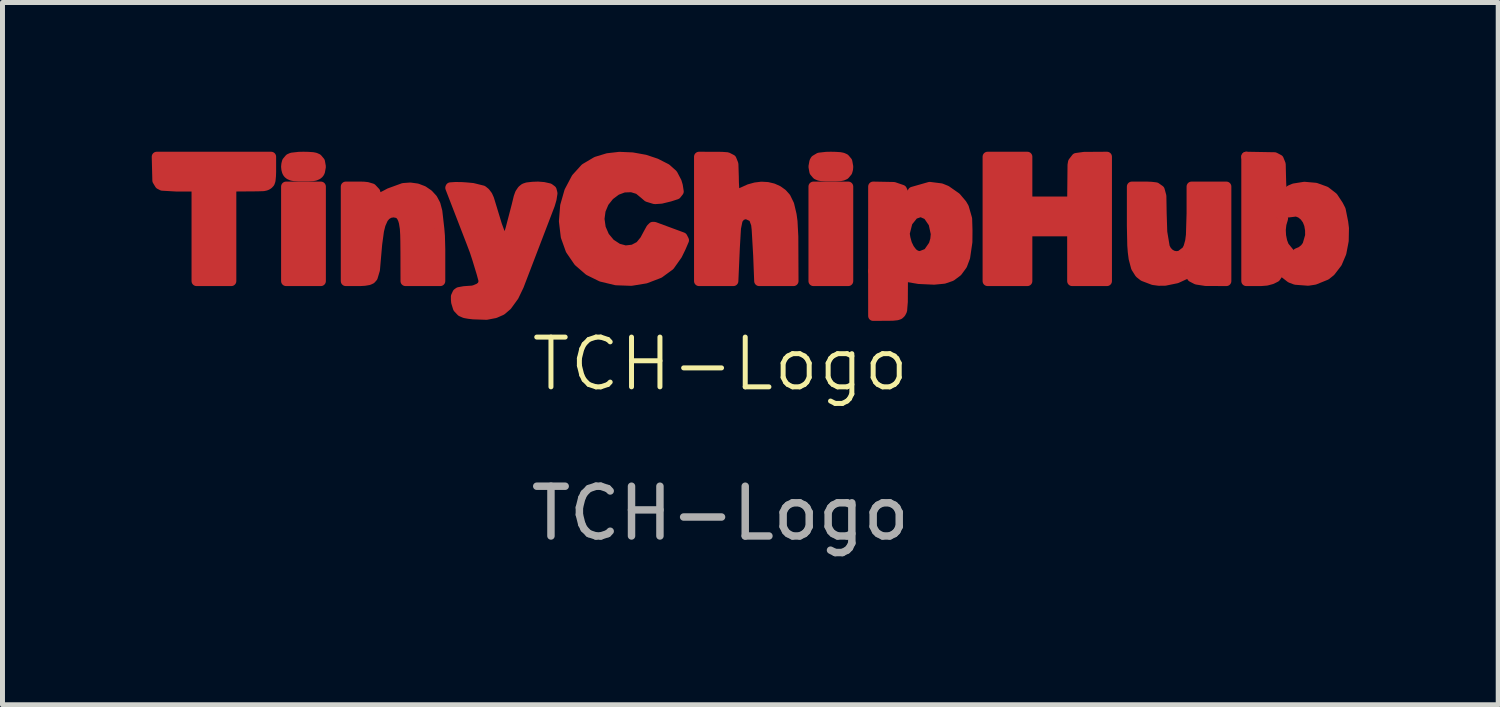
<source format=kicad_pcb>
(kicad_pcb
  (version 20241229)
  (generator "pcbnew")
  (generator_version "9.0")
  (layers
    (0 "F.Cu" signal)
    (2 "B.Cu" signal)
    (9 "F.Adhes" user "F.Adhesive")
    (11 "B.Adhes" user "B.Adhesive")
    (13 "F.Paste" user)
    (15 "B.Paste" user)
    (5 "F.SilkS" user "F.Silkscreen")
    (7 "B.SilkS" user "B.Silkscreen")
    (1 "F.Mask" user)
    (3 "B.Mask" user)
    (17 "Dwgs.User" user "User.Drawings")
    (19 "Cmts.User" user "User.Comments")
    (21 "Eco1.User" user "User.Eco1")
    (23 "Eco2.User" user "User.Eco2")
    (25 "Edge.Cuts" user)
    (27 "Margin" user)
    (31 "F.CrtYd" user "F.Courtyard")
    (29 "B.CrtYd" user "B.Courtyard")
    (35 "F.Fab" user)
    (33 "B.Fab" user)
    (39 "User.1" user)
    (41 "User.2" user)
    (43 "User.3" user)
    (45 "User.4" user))
  (footprint "TCH-Logo"
    (layer "F.Cu")
    (at 11.419 1.778)
    (property "Reference" "TCH-Logo" (at 0.01 2.49 0) (unlocked yes) (layer "F.SilkS") (effects (font (size 1 1) (thickness 0.1))))
    (attr smd)
    (fp_line (start -11.319 -1.678) (end -11.319 -1.378) (stroke (width 0.02) (type default)) (layer "F.Cu"))
    (fp_line (start -11.319 -1.378) (end -11.319 -1.378) (stroke (width 0.02) (type default)) (layer "F.Cu"))
    (fp_line (start -11.151 -1.085) (end -10.919 -1.078) (stroke (width 0.02) (type default)) (layer "F.Cu"))
    (fp_line (start -10.919 -1.078) (end -10.519 -1.078) (stroke (width 0.02) (type default)) (layer "F.Cu"))
    (fp_line (start -10.519 -1.078) (end -10.519 -0.128) (stroke (width 0.02) (type default)) (layer "F.Cu"))
    (fp_line (start -10.519 -0.128) (end -10.519 0.822) (stroke (width 0.02) (type default)) (layer "F.Cu"))
    (fp_line (start -10.519 0.822) (end -10.169 0.822) (stroke (width 0.02) (type default)) (layer "F.Cu"))
    (fp_line (start -10.169 -1.678) (end -11.319 -1.678) (stroke (width 0.02) (type default)) (layer "F.Cu"))
    (fp_line (start -10.169 0.822) (end -9.819 0.822) (stroke (width 0.02) (type default)) (layer "F.Cu"))
    (fp_line (start -9.819 -1.078) (end -9.419 -1.078) (stroke (width 0.02) (type default)) (layer "F.Cu"))
    (fp_line (start -9.819 -0.128) (end -9.819 -1.078) (stroke (width 0.02) (type default)) (layer "F.Cu"))
    (fp_line (start -9.819 0.822) (end -9.819 -0.128) (stroke (width 0.02) (type default)) (layer "F.Cu"))
    (fp_line (start -9.419 -1.078) (end -9.175 -1.086) (stroke (width 0.02) (type default)) (layer "F.Cu"))
    (fp_line (start -9.019 -1.678) (end -10.169 -1.678) (stroke (width 0.02) (type default)) (layer "F.Cu"))
    (fp_line (start -9.019 -1.378) (end -9.019 -1.678) (stroke (width 0.02) (type default)) (layer "F.Cu"))
    (fp_line (start -8.719 -1.078) (end -8.719 -0.128) (stroke (width 0.02) (type default)) (layer "F.Cu"))
    (fp_line (start -8.719 -0.128) (end -8.719 0.822) (stroke (width 0.02) (type default)) (layer "F.Cu"))
    (fp_line (start -8.719 0.822) (end -8.369 0.822) (stroke (width 0.02) (type default)) (layer "F.Cu"))
    (fp_line (start -8.369 -1.078) (end -8.719 -1.078) (stroke (width 0.02) (type default)) (layer "F.Cu"))
    (fp_line (start -8.369 0.822) (end -8.019 0.822) (stroke (width 0.02) (type default)) (layer "F.Cu"))
    (fp_line (start -8.019 -1.078) (end -8.369 -1.078) (stroke (width 0.02) (type default)) (layer "F.Cu"))
    (fp_line (start -8.019 -0.128) (end -8.019 -1.078) (stroke (width 0.02) (type default)) (layer "F.Cu"))
    (fp_line (start -8.019 0.822) (end -8.019 -0.128) (stroke (width 0.02) (type default)) (layer "F.Cu"))
    (fp_line (start -7.519 -1.078) (end -7.519 -0.128) (stroke (width 0.02) (type default)) (layer "F.Cu"))
    (fp_line (start -7.519 -0.128) (end -7.519 0.822) (stroke (width 0.02) (type default)) (layer "F.Cu"))
    (fp_line (start -7.519 0.822) (end -7.231 0.822) (stroke (width 0.02) (type default)) (layer "F.Cu"))
    (fp_line (start -7.219 -1.078) (end -7.519 -1.078) (stroke (width 0.02) (type default)) (layer "F.Cu"))
    (fp_line (start -6.932 0.594) (end -6.887 0.078) (stroke (width 0.02) (type default)) (layer "F.Cu"))
    (fp_line (start -6.638 -0.948) (end -6.795 -0.863) (stroke (width 0.02) (type default)) (layer "F.Cu"))
    (fp_line (start -6.325 -0.107) (end -6.319 0.169) (stroke (width 0.02) (type default)) (layer "F.Cu"))
    (fp_line (start -6.319 0.169) (end -6.319 0.822) (stroke (width 0.02) (type default)) (layer "F.Cu"))
    (fp_line (start -6.319 0.822) (end -5.969 0.822) (stroke (width 0.02) (type default)) (layer "F.Cu"))
    (fp_line (start -5.969 0.822) (end -5.619 0.822) (stroke (width 0.02) (type default)) (layer "F.Cu"))
    (fp_line (start -5.647 -0.35) (end -5.678 -0.579) (stroke (width 0.02) (type default)) (layer "F.Cu"))
    (fp_line (start -5.626 -0.086) (end -5.647 -0.35) (stroke (width 0.02) (type default)) (layer "F.Cu"))
    (fp_line (start -5.619 0.179) (end -5.626 -0.086) (stroke (width 0.02) (type default)) (layer "F.Cu"))
    (fp_line (start -5.619 0.822) (end -5.619 0.179) (stroke (width 0.02) (type default)) (layer "F.Cu"))
    (fp_line (start -5.414 -1.026) (end -5.314 -0.768) (stroke (width 0.02) (type default)) (layer "F.Cu"))
    (fp_line (start -5.314 -0.768) (end -5.199 -0.475) (stroke (width 0.02) (type default)) (layer "F.Cu"))
    (fp_line (start -5.311 -1.07) (end -5.406 -1.067) (stroke (width 0.02) (type default)) (layer "F.Cu"))
    (fp_line (start -5.199 -0.475) (end -5.063 -0.135) (stroke (width 0.02) (type default)) (layer "F.Cu"))
    (fp_line (start -5.192 -1.068) (end -5.311 -1.07) (stroke (width 0.02) (type default)) (layer "F.Cu"))
    (fp_line (start -5.11 -1.063) (end -5.192 -1.068) (stroke (width 0.02) (type default)) (layer "F.Cu"))
    (fp_line (start -5.063 -0.135) (end -4.931 0.213) (stroke (width 0.02) (type default)) (layer "F.Cu"))
    (fp_line (start -5.05 1.48) (end -4.864 1.502) (stroke (width 0.02) (type default)) (layer "F.Cu"))
    (fp_line (start -4.931 0.213) (end -4.827 0.529) (stroke (width 0.02) (type default)) (layer "F.Cu"))
    (fp_line (start -4.827 0.529) (end -4.755 0.793) (stroke (width 0.02) (type default)) (layer "F.Cu"))
    (fp_line (start -4.539 -0.503) (end -4.637 -0.825) (stroke (width 0.02) (type default)) (layer "F.Cu"))
    (fp_line (start -4.478 -0.302) (end -4.539 -0.503) (stroke (width 0.02) (type default)) (layer "F.Cu"))
    (fp_line (start -4.415 -0.132) (end -4.478 -0.302) (stroke (width 0.02) (type default)) (layer "F.Cu"))
    (fp_line (start -4.357 -0.002) (end -4.415 -0.132) (stroke (width 0.02) (type default)) (layer "F.Cu"))
    (fp_line (start -4.235 -0.14) (end -4.289 -0.000255) (stroke (width 0.02) (type default)) (layer "F.Cu"))
    (fp_line (start -4.18 -0.317) (end -4.235 -0.14) (stroke (width 0.02) (type default)) (layer "F.Cu"))
    (fp_line (start -4.128 -0.528) (end -4.18 -0.317) (stroke (width 0.02) (type default)) (layer "F.Cu"))
    (fp_line (start -4.045 -0.864) (end -4.128 -0.528) (stroke (width 0.02) (type default)) (layer "F.Cu"))
    (fp_line (start -4.039 0.915) (end -3.773 0.256) (stroke (width 0.02) (type default)) (layer "F.Cu"))
    (fp_line (start -3.773 0.256) (end -3.415 -0.714) (stroke (width 0.02) (type default)) (layer "F.Cu"))
    (fp_line (start -2.886 -1.249) (end -2.886 -1.249) (stroke (width 0.02) (type default)) (layer "F.Cu"))
    (fp_line (start -1.462 -0.091) (end -1.51 -0.001) (stroke (width 0.02) (type default)) (layer "F.Cu"))
    (fp_line (start -1.42 -0.169) (end -1.462 -0.091) (stroke (width 0.02) (type default)) (layer "F.Cu"))
    (fp_line (start -1.384 -0.234) (end -1.42 -0.169) (stroke (width 0.02) (type default)) (layer "F.Cu"))
    (fp_line (start -1.319 -0.269) (end -1.319 -0.269) (stroke (width 0.02) (type default)) (layer "F.Cu"))
    (fp_line (start -1.103 -0.851) (end -0.91 -0.901) (stroke (width 0.02) (type default)) (layer "F.Cu"))
    (fp_line (start -1.033 -0.167) (end -1.319 -0.269) (stroke (width 0.02) (type default)) (layer "F.Cu"))
    (fp_line (start -0.855 0.295) (end -0.808 0.202) (stroke (width 0.02) (type default)) (layer "F.Cu"))
    (fp_line (start -0.808 0.202) (end -0.761 0.101) (stroke (width 0.02) (type default)) (layer "F.Cu"))
    (fp_line (start -0.761 0.101) (end -0.724 0.015) (stroke (width 0.02) (type default)) (layer "F.Cu"))
    (fp_line (start -0.751 -0.059) (end -1.033 -0.167) (stroke (width 0.02) (type default)) (layer "F.Cu"))
    (fp_line (start -0.419 -1.678) (end -0.419 -0.428) (stroke (width 0.02) (type default)) (layer "F.Cu"))
    (fp_line (start -0.419 -0.428) (end -0.419 0.822) (stroke (width 0.02) (type default)) (layer "F.Cu"))
    (fp_line (start -0.419 0.822) (end -0.073 0.822) (stroke (width 0.02) (type default)) (layer "F.Cu"))
    (fp_line (start -0.073 0.822) (end 0.272 0.822) (stroke (width 0.02) (type default)) (layer "F.Cu"))
    (fp_line (start -0.069 -1.678) (end -0.419 -1.678) (stroke (width 0.02) (type default)) (layer "F.Cu"))
    (fp_line (start 0.272 0.822) (end 0.302 0.147) (stroke (width 0.02) (type default)) (layer "F.Cu"))
    (fp_line (start 0.281 -1.274) (end 0.273 -1.529) (stroke (width 0.02) (type default)) (layer "F.Cu"))
    (fp_line (start 0.286 -1.039) (end 0.281 -1.274) (stroke (width 0.02) (type default)) (layer "F.Cu"))
    (fp_line (start 0.302 0.147) (end 0.325 -0.243) (stroke (width 0.02) (type default)) (layer "F.Cu"))
    (fp_line (start 0.739 -0.222) (end 0.761 0.147) (stroke (width 0.02) (type default)) (layer "F.Cu"))
    (fp_line (start 0.761 0.147) (end 0.79 0.822) (stroke (width 0.02) (type default)) (layer "F.Cu"))
    (fp_line (start 0.79 0.822) (end 1.136 0.822) (stroke (width 0.02) (type default)) (layer "F.Cu"))
    (fp_line (start 1.136 0.822) (end 1.481 0.822) (stroke (width 0.02) (type default)) (layer "F.Cu"))
    (fp_line (start 1.481 0.094) (end 1.472 -0.244) (stroke (width 0.02) (type default)) (layer "F.Cu"))
    (fp_line (start 1.481 0.822) (end 1.481 0.094) (stroke (width 0.02) (type default)) (layer "F.Cu"))
    (fp_line (start 1.881 -1.078) (end 1.881 -0.128) (stroke (width 0.02) (type default)) (layer "F.Cu"))
    (fp_line (start 1.881 -0.128) (end 1.881 0.822) (stroke (width 0.02) (type default)) (layer "F.Cu"))
    (fp_line (start 1.881 0.822) (end 2.231 0.822) (stroke (width 0.02) (type default)) (layer "F.Cu"))
    (fp_line (start 2.173 -1.078) (end 1.881 -1.078) (stroke (width 0.02) (type default)) (layer "F.Cu"))
    (fp_line (start 2.173 -1.078) (end 2.231 -1.078) (stroke (width 0.02) (type default)) (layer "F.Cu"))
    (fp_line (start 2.231 0.822) (end 2.581 0.822) (stroke (width 0.02) (type default)) (layer "F.Cu"))
    (fp_line (start 2.581 -1.078) (end 2.231 -1.078) (stroke (width 0.02) (type default)) (layer "F.Cu"))
    (fp_line (start 2.581 -0.128) (end 2.581 -1.078) (stroke (width 0.02) (type default)) (layer "F.Cu"))
    (fp_line (start 2.581 0.822) (end 2.581 -0.128) (stroke (width 0.02) (type default)) (layer "F.Cu"))
    (fp_line (start 3.081 -1.078) (end 3.081 -0.109) (stroke (width 0.02) (type default)) (layer "F.Cu"))
    (fp_line (start 3.081 0.222) (end 3.081 -0.109) (stroke (width 0.02) (type default)) (layer "F.Cu"))
    (fp_line (start 3.081 0.222) (end 3.081 1.522) (stroke (width 0.02) (type default)) (layer "F.Cu"))
    (fp_line (start 3.081 1.522) (end 3.381 1.522) (stroke (width 0.02) (type default)) (layer "F.Cu"))
    (fp_line (start 3.381 -1.078) (end 3.081 -1.078) (stroke (width 0.02) (type default)) (layer "F.Cu"))
    (fp_line (start 3.381 1.522) (end 3.381 1.522) (stroke (width 0.02) (type default)) (layer "F.Cu"))
    (fp_line (start 3.674 1.355) (end 3.681 1.124) (stroke (width 0.02) (type default)) (layer "F.Cu"))
    (fp_line (start 3.681 0.726) (end 4.106 0.783) (stroke (width 0.02) (type default)) (layer "F.Cu"))
    (fp_line (start 3.681 1.124) (end 3.681 0.726) (stroke (width 0.02) (type default)) (layer "F.Cu"))
    (fp_line (start 3.71 -0.109) (end 3.722 -0.159) (stroke (width 0.02) (type default)) (layer "F.Cu"))
    (fp_line (start 3.898 -0.52) (end 3.774 -0.365) (stroke (width 0.02) (type default)) (layer "F.Cu"))
    (fp_line (start 4.106 0.782) (end 4.106 0.783) (stroke (width 0.02) (type default)) (layer "F.Cu"))
    (fp_line (start 4.981 -0.114) (end 4.975 -0.274) (stroke (width 0.02) (type default)) (layer "F.Cu"))
    (fp_line (start 5.381 -1.678) (end 5.381 -0.428) (stroke (width 0.02) (type default)) (layer "F.Cu"))
    (fp_line (start 5.381 -0.428) (end 5.381 0.822) (stroke (width 0.02) (type default)) (layer "F.Cu"))
    (fp_line (start 5.381 0.822) (end 5.781 0.822) (stroke (width 0.02) (type default)) (layer "F.Cu"))
    (fp_line (start 5.781 -1.678) (end 5.381 -1.678) (stroke (width 0.02) (type default)) (layer "F.Cu"))
    (fp_line (start 5.781 0.822) (end 6.181 0.822) (stroke (width 0.02) (type default)) (layer "F.Cu"))
    (fp_line (start 6.181 -1.678) (end 5.781 -1.678) (stroke (width 0.02) (type default)) (layer "F.Cu"))
    (fp_line (start 6.181 -1.228) (end 6.181 -1.678) (stroke (width 0.02) (type default)) (layer "F.Cu"))
    (fp_line (start 6.181 -0.778) (end 6.181 -1.228) (stroke (width 0.02) (type default)) (layer "F.Cu"))
    (fp_line (start 6.181 -0.178) (end 6.631 -0.178) (stroke (width 0.02) (type default)) (layer "F.Cu"))
    (fp_line (start 6.181 0.322) (end 6.181 -0.178) (stroke (width 0.02) (type default)) (layer "F.Cu"))
    (fp_line (start 6.181 0.822) (end 6.181 0.322) (stroke (width 0.02) (type default)) (layer "F.Cu"))
    (fp_line (start 6.631 -0.778) (end 6.181 -0.778) (stroke (width 0.02) (type default)) (layer "F.Cu"))
    (fp_line (start 6.631 -0.178) (end 7.081 -0.178) (stroke (width 0.02) (type default)) (layer "F.Cu"))
    (fp_line (start 7.081 -1.228) (end 7.081 -0.778) (stroke (width 0.02) (type default)) (layer "F.Cu"))
    (fp_line (start 7.081 -0.778) (end 6.631 -0.778) (stroke (width 0.02) (type default)) (layer "F.Cu"))
    (fp_line (start 7.081 -0.178) (end 7.081 0.322) (stroke (width 0.02) (type default)) (layer "F.Cu"))
    (fp_line (start 7.081 0.322) (end 7.081 0.822) (stroke (width 0.02) (type default)) (layer "F.Cu"))
    (fp_line (start 7.081 0.822) (end 7.431 0.822) (stroke (width 0.02) (type default)) (layer "F.Cu"))
    (fp_line (start 7.088 -1.511) (end 7.081 -1.228) (stroke (width 0.02) (type default)) (layer "F.Cu"))
    (fp_line (start 7.431 0.822) (end 7.781 0.822) (stroke (width 0.02) (type default)) (layer "F.Cu"))
    (fp_line (start 7.781 -1.678) (end 7.431 -1.678) (stroke (width 0.02) (type default)) (layer "F.Cu"))
    (fp_line (start 7.781 -0.428) (end 7.781 -1.678) (stroke (width 0.02) (type default)) (layer "F.Cu"))
    (fp_line (start 7.781 0.822) (end 7.781 -0.428) (stroke (width 0.02) (type default)) (layer "F.Cu"))
    (fp_line (start 8.281 -1.078) (end 8.281 -0.285) (stroke (width 0.02) (type default)) (layer "F.Cu"))
    (fp_line (start 8.281 -0.285) (end 8.289 0.103) (stroke (width 0.02) (type default)) (layer "F.Cu"))
    (fp_line (start 8.581 -1.078) (end 8.281 -1.078) (stroke (width 0.02) (type default)) (layer "F.Cu"))
    (fp_line (start 8.881 -0.536) (end 8.875 -0.887) (stroke (width 0.02) (type default)) (layer "F.Cu"))
    (fp_line (start 8.893 -0.162) (end 8.881 -0.536) (stroke (width 0.02) (type default)) (layer "F.Cu"))
    (fp_line (start 9.481 -1.078) (end 9.481 -0.536) (stroke (width 0.02) (type default)) (layer "F.Cu"))
    (fp_line (start 9.481 -0.536) (end 9.468 -0.105) (stroke (width 0.02) (type default)) (layer "F.Cu"))
    (fp_line (start 9.584 0.792) (end 9.584 0.792) (stroke (width 0.02) (type default)) (layer "F.Cu"))
    (fp_line (start 9.831 -1.078) (end 9.481 -1.078) (stroke (width 0.02) (type default)) (layer "F.Cu"))
    (fp_line (start 9.831 0.822) (end 10.181 0.822) (stroke (width 0.02) (type default)) (layer "F.Cu"))
    (fp_line (start 10.181 -1.078) (end 9.831 -1.078) (stroke (width 0.02) (type default)) (layer "F.Cu"))
    (fp_line (start 10.181 -0.128) (end 10.181 -1.078) (stroke (width 0.02) (type default)) (layer "F.Cu"))
    (fp_line (start 10.181 0.822) (end 10.181 -0.128) (stroke (width 0.02) (type default)) (layer "F.Cu"))
    (fp_line (start 10.581 -1.678) (end 10.581 -0.428) (stroke (width 0.02) (type default)) (layer "F.Cu"))
    (fp_line (start 10.581 -0.428) (end 10.581 0.822) (stroke (width 0.02) (type default)) (layer "F.Cu"))
    (fp_line (start 10.581 0.822) (end 10.873 0.822) (stroke (width 0.02) (type default)) (layer "F.Cu"))
    (fp_line (start 10.931 -1.678) (end 10.581 -1.678) (stroke (width 0.02) (type default)) (layer "F.Cu"))
    (fp_line (start 11.281 -1.258) (end 11.274 -1.526) (stroke (width 0.02) (type default)) (layer "F.Cu"))
    (fp_line (start 11.285 -1.059) (end 11.281 -1.258) (stroke (width 0.02) (type default)) (layer "F.Cu"))
    (fp_arc (start -11.306739 -1.200433) (mid -11.315789 -1.289015) (end -11.318806 -1.378007) (stroke (width 0.02) (type default)) (layer "F.Cu"))
    (fp_arc (start -11.260479 -1.121757) (mid -11.291496 -1.156458) (end -11.306739 -1.200433) (stroke (width 0.02) (type default)) (layer "F.Cu"))
    (fp_arc (start -11.151219 -1.085327) (mid -11.208802 -1.09468) (end -11.260479 -1.121757) (stroke (width 0.02) (type default)) (layer "F.Cu"))
    (fp_arc (start -9.077145 -1.121757) (mid -9.123507 -1.096555) (end -9.175144 -1.085681) (stroke (width 0.02) (type default)) (layer "F.Cu"))
    (fp_arc (start -9.030885 -1.200433) (mid -9.046138 -1.156466) (end -9.077145 -1.121757) (stroke (width 0.02) (type default)) (layer "F.Cu"))
    (fp_arc (start -9.018812 -1.378007) (mid -9.021835 -1.289015) (end -9.030885 -1.200433) (stroke (width 0.02) (type default)) (layer "F.Cu"))
    (fp_arc (start -8.718812 -1.478007) (mid -8.714346 -1.528908) (end -8.701083 -1.578253) (stroke (width 0.02) (type default)) (layer "F.Cu"))
    (fp_arc (start -8.701083 -1.578253) (mid -8.680942 -1.613021) (end -8.650062 -1.638721) (stroke (width 0.02) (type default)) (layer "F.Cu"))
    (fp_arc (start -8.701083 -1.377761) (mid -8.714345 -1.427106) (end -8.718812 -1.478007) (stroke (width 0.02) (type default)) (layer "F.Cu"))
    (fp_arc (start -8.650062 -1.638721) (mid -8.602322 -1.659567) (end -8.55124 -1.669789) (stroke (width 0.02) (type default)) (layer "F.Cu"))
    (fp_arc (start -8.650062 -1.317293) (mid -8.680915 -1.343015) (end -8.701083 -1.377761) (stroke (width 0.02) (type default)) (layer "F.Cu"))
    (fp_arc (start -8.55124 -1.669789) (mid -8.460118 -1.67595) (end -8.368812 -1.678007) (stroke (width 0.02) (type default)) (layer "F.Cu"))
    (fp_arc (start -8.55124 -1.286225) (mid -8.602328 -1.296429) (end -8.650062 -1.317293) (stroke (width 0.02) (type default)) (layer "F.Cu"))
    (fp_arc (start -8.368812 -1.678007) (mid -8.277505 -1.675952) (end -8.186384 -1.669789) (stroke (width 0.02) (type default)) (layer "F.Cu"))
    (fp_arc (start -8.368812 -1.278007) (mid -8.460119 -1.280062) (end -8.55124 -1.286225) (stroke (width 0.02) (type default)) (layer "F.Cu"))
    (fp_arc (start -8.186384 -1.669789) (mid -8.135296 -1.659585) (end -8.087562 -1.638721) (stroke (width 0.02) (type default)) (layer "F.Cu"))
    (fp_arc (start -8.186384 -1.286225) (mid -8.277506 -1.280064) (end -8.368812 -1.278007) (stroke (width 0.02) (type default)) (layer "F.Cu"))
    (fp_arc (start -8.087562 -1.63872) (mid -8.056715 -1.612991) (end -8.036559 -1.578246) (stroke (width 0.02) (type default)) (layer "F.Cu"))
    (fp_arc (start -8.087562 -1.317293) (mid -8.135302 -1.296447) (end -8.186384 -1.286225) (stroke (width 0.02) (type default)) (layer "F.Cu"))
    (fp_arc (start -8.036541 -1.578253) (mid -8.023279 -1.528908) (end -8.018812 -1.478007) (stroke (width 0.02) (type default)) (layer "F.Cu"))
    (fp_arc (start -8.036541 -1.377761) (mid -8.056682 -1.342993) (end -8.087562 -1.317293) (stroke (width 0.02) (type default)) (layer "F.Cu"))
    (fp_arc (start -8.018812 -1.478007) (mid -8.023278 -1.427106) (end -8.036541 -1.377761) (stroke (width 0.02) (type default)) (layer "F.Cu"))
    (fp_arc (start -7.218812 -1.078007) (mid -7.15365 -1.075787) (end -7.088791 -1.069137) (stroke (width 0.02) (type default)) (layer "F.Cu"))
    (fp_arc (start -7.088791 -1.069137) (mid -7.040985 -1.058705) (end -6.995412 -1.040895) (stroke (width 0.02) (type default)) (layer "F.Cu"))
    (fp_arc (start -7.058882 0.803196) (mid -7.144344 0.817279) (end -7.230831 0.821993) (stroke (width 0.02) (type default)) (layer "F.Cu"))
    (fp_arc (start -6.995412 -1.040895) (mid -6.964635 -1.021125) (end -6.939401 -0.99464) (stroke (width 0.02) (type default)) (layer "F.Cu"))
    (fp_arc (start -6.975769 0.741) (mid -7.01062 0.78106) (end -7.058882 0.803196) (stroke (width 0.02) (type default)) (layer "F.Cu"))
    (fp_arc (start -6.939401 -0.99464) (mid -6.924109 -0.965312) (end -6.918812 -0.932658) (stroke (width 0.02) (type default)) (layer "F.Cu"))
    (fp_arc (start -6.932146 0.593751) (mid -6.945985 0.669738) (end -6.975769 0.741) (stroke (width 0.02) (type default)) (layer "F.Cu"))
    (fp_arc (start -6.905015 -0.865932) (mid -6.91532 -0.89859) (end -6.918812 -0.932658) (stroke (width 0.02) (type default)) (layer "F.Cu"))
    (fp_arc (start -6.886851 0.078383) (mid -6.870697 -0.057858) (end -6.850499 -0.193558) (stroke (width 0.02) (type default)) (layer "F.Cu"))
    (fp_arc (start -6.867844 -0.84296) (mid -6.890064 -0.848583) (end -6.905015 -0.865932) (stroke (width 0.02) (type default)) (layer "F.Cu"))
    (fp_arc (start -6.850499 -0.193558) (mid -6.81849 -0.319701) (end -6.765415 -0.438528) (stroke (width 0.02) (type default)) (layer "F.Cu"))
    (fp_arc (start -6.79503 -0.862855) (mid -6.830384 -0.849055) (end -6.867844 -0.84296) (stroke (width 0.02) (type default)) (layer "F.Cu"))
    (fp_arc (start -6.765415 -0.438528) (mid -6.712448 -0.503423) (end -6.640143 -0.545718) (stroke (width 0.02) (type default)) (layer "F.Cu"))
    (fp_arc (start -6.640143 -0.545718) (mid -6.557724 -0.559967) (end -6.475534 -0.544424) (stroke (width 0.02) (type default)) (layer "F.Cu"))
    (fp_arc (start -6.638215 -0.94835) (mid -6.504033 -1.010657) (end -6.361141 -1.04898) (stroke (width 0.02) (type default)) (layer "F.Cu"))
    (fp_arc (start -6.475534 -0.544424) (mid -6.43221 -0.518745) (end -6.399823 -0.480177) (stroke (width 0.02) (type default)) (layer "F.Cu"))
    (fp_arc (start -6.399823 -0.480177) (mid -6.371178 -0.421104) (end -6.352113 -0.358282) (stroke (width 0.02) (type default)) (layer "F.Cu"))
    (fp_arc (start -6.361141 -1.04898) (mid -6.222963 -1.058779) (end -6.085774 -1.039587) (stroke (width 0.02) (type default)) (layer "F.Cu"))
    (fp_arc (start -6.352113 -0.358282) (mid -6.331689 -0.233429) (end -6.324857 -0.107101) (stroke (width 0.02) (type default)) (layer "F.Cu"))
    (fp_arc (start -6.085774 -1.039587) (mid -5.965352 -0.994268) (end -5.858588 -0.922458) (stroke (width 0.02) (type default)) (layer "F.Cu"))
    (fp_arc (start -5.858588 -0.922458) (mid -5.774145 -0.829574) (end -5.715275 -0.718704) (stroke (width 0.02) (type default)) (layer "F.Cu"))
    (fp_arc (start -5.715275 -0.718704) (mid -5.693069 -0.649964) (end -5.677944 -0.579326) (stroke (width 0.02) (type default)) (layer "F.Cu"))
    (fp_arc (start -5.418812 -1.053476) (mid -5.415248 -1.062647) (end -5.406406 -1.066963) (stroke (width 0.02) (type default)) (layer "F.Cu"))
    (fp_arc (start -5.413691 -1.025889) (mid -5.417532 -1.039445) (end -5.418812 -1.053476) (stroke (width 0.02) (type default)) (layer "F.Cu"))
    (fp_arc (start -5.305681 1.130813) (mid -5.296994 1.095444) (end -5.276188 1.065548) (stroke (width 0.02) (type default)) (layer "F.Cu"))
    (fp_arc (start -5.300767 1.246993) (mid -5.306098 1.189024) (end -5.305681 1.130813) (stroke (width 0.02) (type default)) (layer "F.Cu"))
    (fp_arc (start -5.276188 1.065548) (mid -5.244406 1.042908) (end -5.207121 1.031406) (stroke (width 0.02) (type default)) (layer "F.Cu"))
    (fp_arc (start -5.264656 1.362709) (mid -5.287389 1.306311) (end -5.300767 1.246993) (stroke (width 0.02) (type default)) (layer "F.Cu"))
    (fp_arc (start -5.207121 1.031406) (mid -5.14004 1.024348) (end -5.072629 1.021993) (stroke (width 0.02) (type default)) (layer "F.Cu"))
    (fp_arc (start -5.197249 1.434561) (mid -5.236201 1.403557) (end -5.264656 1.362709) (stroke (width 0.02) (type default)) (layer "F.Cu"))
    (fp_arc (start -5.110059 -1.0629) (mid -4.969212 -1.049919) (end -4.83009 -1.024393) (stroke (width 0.02) (type default)) (layer "F.Cu"))
    (fp_arc (start -5.049648 1.480265) (mid -5.126056 1.465835) (end -5.197249 1.434561) (stroke (width 0.02) (type default)) (layer "F.Cu"))
    (fp_arc (start -4.969235 1.011822) (mid -5.020683 1.019443) (end -5.072629 1.021993) (stroke (width 0.02) (type default)) (layer "F.Cu"))
    (fp_arc (start -4.873478 0.981706) (mid -4.920537 0.99937) (end -4.969235 1.011822) (stroke (width 0.02) (type default)) (layer "F.Cu"))
    (fp_arc (start -4.83009 -1.024393) (mid -4.767839 -0.999791) (end -4.715606 -0.957925) (stroke (width 0.02) (type default)) (layer "F.Cu"))
    (fp_arc (start -4.798943 0.937397) (mid -4.834843 0.961852) (end -4.873478 0.981706) (stroke (width 0.02) (type default)) (layer "F.Cu"))
    (fp_arc (start -4.759907 0.884846) (mid -4.775823 0.913796) (end -4.798943 0.937397) (stroke (width 0.02) (type default)) (layer "F.Cu"))
    (fp_arc (start -4.754503 0.792503) (mid -4.750033 0.839095) (end -4.759907 0.884846) (stroke (width 0.02) (type default)) (layer "F.Cu"))
    (fp_arc (start -4.715606 -0.957925) (mid -4.669255 -0.895557) (end -4.637037 -0.824846) (stroke (width 0.02) (type default)) (layer "F.Cu"))
    (fp_arc (start -4.520431 1.467474) (mid -4.690737 1.499535) (end -4.864019 1.50173) (stroke (width 0.02) (type default)) (layer "F.Cu"))
    (fp_arc (start -4.321918 0.021993) (mid -4.343124 0.015501) (end -4.357068 -0.001745) (stroke (width 0.02) (type default)) (layer "F.Cu"))
    (fp_arc (start -4.288699 -0.000255) (mid -4.301924 0.015925) (end -4.321918 0.021993) (stroke (width 0.02) (type default)) (layer "F.Cu"))
    (fp_arc (start -4.277424 1.314339) (mid -4.387757 1.408634) (end -4.520431 1.467474) (stroke (width 0.02) (type default)) (layer "F.Cu"))
    (fp_arc (start -4.044982 -0.864046) (mid -4.018331 -0.938804) (end -3.974352 -1.00487) (stroke (width 0.02) (type default)) (layer "F.Cu"))
    (fp_arc (start -4.038913 0.914741) (mid -4.140072 1.125341) (end -4.277424 1.314339) (stroke (width 0.02) (type default)) (layer "F.Cu"))
    (fp_arc (start -3.974352 -1.00487) (mid -3.927357 -1.043039) (end -3.86997 -1.06233) (stroke (width 0.02) (type default)) (layer "F.Cu"))
    (fp_arc (start -3.86997 -1.06233) (mid -3.762721 -1.074083) (end -3.654902 -1.078007) (stroke (width 0.02) (type default)) (layer "F.Cu"))
    (fp_arc (start -3.654902 -1.078007) (mid -3.541871 -1.069459) (end -3.43141 -1.044016) (stroke (width 0.02) (type default)) (layer "F.Cu"))
    (fp_arc (start -3.43141 -1.044016) (mid -3.37988 -1.005558) (end -3.363934 -0.943273) (stroke (width 0.02) (type default)) (layer "F.Cu"))
    (fp_arc (start -3.363934 -0.943273) (mid -3.381955 -0.827134) (end -3.414983 -0.714341) (stroke (width 0.02) (type default)) (layer "F.Cu"))
    (fp_arc (start -3.110424 -0.691824) (mid -3.027038 -0.981879) (end -2.886361 -1.248889) (stroke (width 0.02) (type default)) (layer "F.Cu"))
    (fp_arc (start -3.098108 -0.07272) (mid -3.134913 -0.381662) (end -3.110424 -0.691824) (stroke (width 0.02) (type default)) (layer "F.Cu"))
    (fp_arc (start -2.886361 -1.248888) (mid -2.708177 -1.44512) (end -2.48 -1.58) (stroke (width 0.02) (type default)) (layer "F.Cu"))
    (fp_arc (start -2.840568 0.430247) (mid -3.001688 0.19533) (end -3.098108 -0.07272) (stroke (width 0.02) (type default)) (layer "F.Cu"))
    (fp_arc (start -2.48 -1.58) (mid -2.253321 -1.64882) (end -2.018023 -1.676278) (stroke (width 0.02) (type default)) (layer "F.Cu"))
    (fp_arc (start -2.418812 -0.428007) (mid -2.395581 -0.600902) (end -2.327537 -0.761534) (stroke (width 0.02) (type default)) (layer "F.Cu"))
    (fp_arc (start -2.38149 0.735221) (mid -2.630589 0.612179) (end -2.840568 0.430247) (stroke (width 0.02) (type default)) (layer "F.Cu"))
    (fp_arc (start -2.327537 -0.761534) (mid -2.219294 -0.899197) (end -2.078867 -1.003831) (stroke (width 0.02) (type default)) (layer "F.Cu"))
    (fp_arc (start -2.319411 -0.073816) (mid -2.393495 -0.244069) (end -2.418812 -0.428007) (stroke (width 0.02) (type default)) (layer "F.Cu"))
    (fp_arc (start -2.078867 -1.003831) (mid -1.930688 -1.05854) (end -1.772891 -1.065486) (stroke (width 0.02) (type default)) (layer "F.Cu"))
    (fp_arc (start -2.052169 0.165465) (mid -2.203461 0.065562) (end -2.319411 -0.073816) (stroke (width 0.02) (type default)) (layer "F.Cu"))
    (fp_arc (start -2.018023 -1.676278) (mid -1.759574 -1.665469) (end -1.505042 -1.619354) (stroke (width 0.02) (type default)) (layer "F.Cu"))
    (fp_arc (start -1.781473 0.817286) (mid -2.085501 0.805637) (end -2.38149 0.735221) (stroke (width 0.02) (type default)) (layer "F.Cu"))
    (fp_arc (start -1.772891 -1.065486) (mid -1.632997 -1.021826) (end -1.519614 -0.928974) (stroke (width 0.02) (type default)) (layer "F.Cu"))
    (fp_arc (start -1.740622 0.188459) (mid -1.898503 0.205558) (end -2.052169 0.165465) (stroke (width 0.02) (type default)) (layer "F.Cu"))
    (fp_arc (start -1.509619 -0.001422) (mid -1.605949 0.116842) (end -1.740622 0.188459) (stroke (width 0.02) (type default)) (layer "F.Cu"))
    (fp_arc (start -1.505042 -1.619354) (mid -1.283856 -1.545275) (end -1.076262 -1.438899) (stroke (width 0.02) (type default)) (layer "F.Cu"))
    (fp_arc (start -1.448894 -0.868327) (mid -1.48682 -0.895658) (end -1.519614 -0.928974) (stroke (width 0.02) (type default)) (layer "F.Cu"))
    (fp_arc (start -1.384168 -0.23445) (mid -1.378223 -0.24422) (end -1.371482 -0.253458) (stroke (width 0.02) (type default)) (layer "F.Cu"))
    (fp_arc (start -1.371482 -0.253458) (mid -1.347603 -0.269478) (end -1.318873 -0.26856) (stroke (width 0.02) (type default)) (layer "F.Cu"))
    (fp_arc (start -1.360786 -0.833237) (mid -1.40625 -0.847241) (end -1.448894 -0.868327) (stroke (width 0.02) (type default)) (layer "F.Cu"))
    (fp_arc (start -1.255075 -0.824831) (mid -1.308224 -0.825351) (end -1.360786 -0.833237) (stroke (width 0.02) (type default)) (layer "F.Cu"))
    (fp_arc (start -1.219435 0.665279) (mid -1.492644 0.77016) (end -1.781473 0.817286) (stroke (width 0.02) (type default)) (layer "F.Cu"))
    (fp_arc (start -1.102595 -0.850855) (mid -1.178123 -0.833676) (end -1.255075 -0.824831) (stroke (width 0.02) (type default)) (layer "F.Cu"))
    (fp_arc (start -1.076262 -1.438899) (mid -0.947379 -1.324149) (end -0.866768 -1.171568) (stroke (width 0.02) (type default)) (layer "F.Cu"))
    (fp_arc (start -0.866768 -1.171568) (mid -0.844202 -1.093545) (end -0.825694 -1.014462) (stroke (width 0.02) (type default)) (layer "F.Cu"))
    (fp_arc (start -0.85522 0.295184) (mid -1.007041 0.510037) (end -1.219435 0.665279) (stroke (width 0.02) (type default)) (layer "F.Cu"))
    (fp_arc (start -0.842251 -0.94618) (mid -0.872507 -0.918651) (end -0.90964 -0.901494) (stroke (width 0.02) (type default)) (layer "F.Cu"))
    (fp_arc (start -0.825694 -1.014462) (mid -0.826299 -0.97846) (end -0.842251 -0.94618) (stroke (width 0.02) (type default)) (layer "F.Cu"))
    (fp_arc (start -0.750675 -0.059444) (mid -0.727573 -0.041301) (end -0.718812 -0.013259) (stroke (width 0.02) (type default)) (layer "F.Cu"))
    (fp_arc (start -0.718812 -0.013259) (mid -0.720208 0.00117) (end -0.72429 0.01508) (stroke (width 0.02) (type default)) (layer "F.Cu"))
    (fp_arc (start -0.068812 -1.678007) (mid 0.040193 -1.675516) (end 0.14897 -1.668048) (stroke (width 0.02) (type default)) (layer "F.Cu"))
    (fp_arc (start 0.14897 -1.668048) (mid 0.195976 -1.654387) (end 0.234504 -1.624184) (stroke (width 0.02) (type default)) (layer "F.Cu"))
    (fp_arc (start 0.234504 -1.624184) (mid 0.261729 -1.579819) (end 0.273292 -1.529061) (stroke (width 0.02) (type default)) (layer "F.Cu"))
    (fp_arc (start 0.311758 -0.951106) (mid 0.292373 -0.993397) (end 0.285717 -1.03944) (stroke (width 0.02) (type default)) (layer "F.Cu"))
    (fp_arc (start 0.324606 -0.242514) (mid 0.336689 -0.329842) (end 0.359737 -0.414936) (stroke (width 0.02) (type default)) (layer "F.Cu"))
    (fp_arc (start 0.359737 -0.414936) (mid 0.384956 -0.461437) (end 0.424198 -0.496904) (stroke (width 0.02) (type default)) (layer "F.Cu"))
    (fp_arc (start 0.365554 -0.930683) (mid 0.335289 -0.932041) (end 0.311758 -0.951106) (stroke (width 0.02) (type default)) (layer "F.Cu"))
    (fp_arc (start 0.424198 -0.496904) (mid 0.475479 -0.52007) (end 0.531188 -0.528007) (stroke (width 0.02) (type default)) (layer "F.Cu"))
    (fp_arc (start 0.474614 -0.974489) (mid 0.421283 -0.949601) (end 0.365554 -0.930683) (stroke (width 0.02) (type default)) (layer "F.Cu"))
    (fp_arc (start 0.474614 -0.974489) (mid 0.591796 -1.026685) (end 0.715282 -1.061429) (stroke (width 0.02) (type default)) (layer "F.Cu"))
    (fp_arc (start 0.531188 -0.528007) (mid 0.586898 -0.520075) (end 0.638178 -0.496904) (stroke (width 0.02) (type default)) (layer "F.Cu"))
    (fp_arc (start 0.638178 -0.496904) (mid 0.677403 -0.461423) (end 0.702639 -0.414936) (stroke (width 0.02) (type default)) (layer "F.Cu"))
    (fp_arc (start 0.702639 -0.414936) (mid 0.727651 -0.319751) (end 0.738981 -0.221989) (stroke (width 0.02) (type default)) (layer "F.Cu"))
    (fp_arc (start 0.715282 -1.061429) (mid 0.835921 -1.075576) (end 0.957213 -1.069086) (stroke (width 0.02) (type default)) (layer "F.Cu"))
    (fp_arc (start 0.957213 -1.069086) (mid 1.066672 -1.043178) (end 1.169395 -0.997345) (stroke (width 0.02) (type default)) (layer "F.Cu"))
    (fp_arc (start 1.169395 -0.997345) (mid 1.255383 -0.935292) (end 1.325518 -0.855756) (stroke (width 0.02) (type default)) (layer "F.Cu"))
    (fp_arc (start 1.325518 -0.855756) (mid 1.36588 -0.787405) (end 1.39521 -0.713643) (stroke (width 0.02) (type default)) (layer "F.Cu"))
    (fp_arc (start 1.39521 -0.713643) (mid 1.422729 -0.612736) (end 1.443206 -0.510168) (stroke (width 0.02) (type default)) (layer "F.Cu"))
    (fp_arc (start 1.443206 -0.510168) (mid 1.461234 -0.377714) (end 1.472054 -0.244478) (stroke (width 0.02) (type default)) (layer "F.Cu"))
    (fp_arc (start 1.881188 -1.478007) (mid 1.885654 -1.528908) (end 1.898917 -1.578253) (stroke (width 0.02) (type default)) (layer "F.Cu"))
    (fp_arc (start 1.898917 -1.578253) (mid 1.919058 -1.613021) (end 1.949938 -1.638721) (stroke (width 0.02) (type default)) (layer "F.Cu"))
    (fp_arc (start 1.898918 -1.377761) (mid 1.885656 -1.427106) (end 1.88119 -1.478007) (stroke (width 0.02) (type default)) (layer "F.Cu"))
    (fp_arc (start 1.949938 -1.638721) (mid 1.997678 -1.659567) (end 2.04876 -1.669789) (stroke (width 0.02) (type default)) (layer "F.Cu"))
    (fp_arc (start 1.949938 -1.317293) (mid 1.919085 -1.343015) (end 1.898917 -1.377761) (stroke (width 0.02) (type default)) (layer "F.Cu"))
    (fp_arc (start 2.04876 -1.669789) (mid 2.139882 -1.67595) (end 2.231188 -1.678007) (stroke (width 0.02) (type default)) (layer "F.Cu"))
    (fp_arc (start 2.04876 -1.286225) (mid 1.997672 -1.296429) (end 1.949938 -1.317293) (stroke (width 0.02) (type default)) (layer "F.Cu"))
    (fp_arc (start 2.231188 -1.678007) (mid 2.322495 -1.675952) (end 2.413616 -1.669789) (stroke (width 0.02) (type default)) (layer "F.Cu"))
    (fp_arc (start 2.231188 -1.278007) (mid 2.139881 -1.280062) (end 2.04876 -1.286225) (stroke (width 0.02) (type default)) (layer "F.Cu"))
    (fp_arc (start 2.413616 -1.669789) (mid 2.464704 -1.659585) (end 2.512438 -1.638721) (stroke (width 0.02) (type default)) (layer "F.Cu"))
    (fp_arc (start 2.413616 -1.286225) (mid 2.322494 -1.280064) (end 2.231188 -1.278007) (stroke (width 0.02) (type default)) (layer "F.Cu"))
    (fp_arc (start 2.512438 -1.638721) (mid 2.543291 -1.612999) (end 2.563459 -1.578253) (stroke (width 0.02) (type default)) (layer "F.Cu"))
    (fp_arc (start 2.512438 -1.317293) (mid 2.464698 -1.296447) (end 2.413616 -1.286225) (stroke (width 0.02) (type default)) (layer "F.Cu"))
    (fp_arc (start 2.563459 -1.578253) (mid 2.576721 -1.528908) (end 2.581188 -1.478007) (stroke (width 0.02) (type default)) (layer "F.Cu"))
    (fp_arc (start 2.563459 -1.377761) (mid 2.543318 -1.342993) (end 2.512438 -1.317293) (stroke (width 0.02) (type default)) (layer "F.Cu"))
    (fp_arc (start 2.581188 -1.478007) (mid 2.576722 -1.427106) (end 2.563459 -1.377761) (stroke (width 0.02) (type default)) (layer "F.Cu"))
    (fp_arc (start 3.381188 -1.078007) (mid 3.438771 -1.07612) (end 3.496106 -1.070468) (stroke (width 0.02) (type default)) (layer "F.Cu"))
    (fp_arc (start 3.496106 -1.070468) (mid 3.545162 -1.061479) (end 3.593063 -1.047599) (stroke (width 0.02) (type default)) (layer "F.Cu"))
    (fp_arc (start 3.558646 1.509956) (mid 3.470121 1.518981) (end 3.381188 1.521992) (stroke (width 0.02) (type default)) (layer "F.Cu"))
    (fp_arc (start 3.593063 -1.047599) (mid 3.627628 -1.033096) (end 3.660022 -1.014238) (stroke (width 0.02) (type default)) (layer "F.Cu"))
    (fp_arc (start 3.637348 1.463819) (mid 3.60261 1.494758) (end 3.558646 1.509956) (stroke (width 0.02) (type default)) (layer "F.Cu"))
    (fp_arc (start 3.660022 -1.014238) (mid 3.675562 -0.997005) (end 3.681188 -0.974489) (stroke (width 0.02) (type default)) (layer "F.Cu"))
    (fp_arc (start 3.673836 1.354847) (mid 3.664464 1.412304) (end 3.637348 1.463819) (stroke (width 0.02) (type default)) (layer "F.Cu"))
    (fp_arc (start 3.694807 -0.936573) (mid 3.684692 -0.954345) (end 3.681188 -0.974489) (stroke (width 0.02) (type default)) (layer "F.Cu"))
    (fp_arc (start 3.710143 -0.109007) (mid 3.759234 -0.334677) (end 3.897625 -0.519572) (stroke (width 0.02) (type default)) (layer "F.Cu"))
    (fp_arc (start 3.721707 -0.158769) (mid 3.735523 -0.265263) (end 3.774418 -0.365358) (stroke (width 0.02) (type default)) (layer "F.Cu"))
    (fp_arc (start 3.727901 -0.92097) (mid 3.709601 -0.925059) (end 3.694807 -0.936573) (stroke (width 0.02) (type default)) (layer "F.Cu"))
    (fp_arc (start 3.76198 0.074433) (mid 3.731365 -0.040358) (end 3.721707 -0.158769) (stroke (width 0.02) (type default)) (layer "F.Cu"))
    (fp_arc (start 3.786183 -0.932589) (mid 3.757616 -0.923898) (end 3.727901 -0.92097) (stroke (width 0.02) (type default)) (layer "F.Cu"))
    (fp_arc (start 3.874261 0.256585) (mid 3.808883 0.171203) (end 3.76198 0.074433) (stroke (width 0.02) (type default)) (layer "F.Cu"))
    (fp_arc (start 3.874614 -0.974489) (mid 3.830911 -0.952458) (end 3.786183 -0.932589) (stroke (width 0.02) (type default)) (layer "F.Cu"))
    (fp_arc (start 3.874614 -0.974489) (mid 3.986133 -1.024399) (end 4.103569 -1.058107) (stroke (width 0.02) (type default)) (layer "F.Cu"))
    (fp_arc (start 3.897625 -0.519572) (mid 3.964103 -0.557973) (end 4.04009 -0.568887) (stroke (width 0.02) (type default)) (layer "F.Cu"))
    (fp_arc (start 4.025526 0.321993) (mid 3.943118 0.304953) (end 3.874261 0.256585) (stroke (width 0.02) (type default)) (layer "F.Cu"))
    (fp_arc (start 4.04009 -0.568887) (mid 4.115666 -0.550861) (end 4.179502 -0.506562) (stroke (width 0.02) (type default)) (layer "F.Cu"))
    (fp_arc (start 4.103569 -1.058107) (mid 4.217667 -1.072366) (end 4.332538 -1.067213) (stroke (width 0.02) (type default)) (layer "F.Cu"))
    (fp_arc (start 4.179502 -0.506562) (mid 4.243836 -0.428613) (end 4.29362 -0.340656) (stroke (width 0.02) (type default)) (layer "F.Cu"))
    (fp_arc (start 4.18172 0.261268) (mid 4.109322 0.306297) (end 4.025526 0.321993) (stroke (width 0.02) (type default)) (layer "F.Cu"))
    (fp_arc (start 4.29362 -0.340656) (mid 4.328293 -0.236338) (end 4.340137 -0.127046) (stroke (width 0.02) (type default)) (layer "F.Cu"))
    (fp_arc (start 4.297045 0.095143) (mid 4.248652 0.18464) (end 4.18172 0.261268) (stroke (width 0.02) (type default)) (layer "F.Cu"))
    (fp_arc (start 4.332538 -1.067213) (mid 4.444683 -1.042812) (end 4.5511 -0.999832) (stroke (width 0.02) (type default)) (layer "F.Cu"))
    (fp_arc (start 4.340137 -0.127046) (mid 4.329331 -0.013869) (end 4.297045 0.095143) (stroke (width 0.02) (type default)) (layer "F.Cu"))
    (fp_arc (start 4.503545 0.774989) (mid 4.305147 0.793825) (end 4.106179 0.78249) (stroke (width 0.02) (type default)) (layer "F.Cu"))
    (fp_arc (start 4.5511 -0.999832) (mid 4.655398 -0.937304) (end 4.749743 -0.860576) (stroke (width 0.02) (type default)) (layer "F.Cu"))
    (fp_arc (start 4.749743 -0.860576) (mid 4.811236 -0.796122) (end 4.865336 -0.725347) (stroke (width 0.02) (type default)) (layer "F.Cu"))
    (fp_arc (start 4.774673 0.632418) (mid 4.650379 0.725133) (end 4.503545 0.774989) (stroke (width 0.02) (type default)) (layer "F.Cu"))
    (fp_arc (start 4.865336 -0.725347) (mid 4.905517 -0.655753) (end 4.934961 -0.58098) (stroke (width 0.02) (type default)) (layer "F.Cu"))
    (fp_arc (start 4.931273 0.342529) (mid 4.873229 0.498416) (end 4.774673 0.632418) (stroke (width 0.02) (type default)) (layer "F.Cu"))
    (fp_arc (start 4.938684 -0.582136) (mid 4.971045 -0.429878) (end 4.975152 -0.274274) (stroke (width 0.02) (type default)) (layer "F.Cu"))
    (fp_arc (start 4.975152 -0.274274) (mid 4.975851 0.035738) (end 4.931273 0.342529) (stroke (width 0.02) (type default)) (layer "F.Cu"))
    (fp_arc (start 7.088001 -1.511371) (mid 7.097677 -1.56926) (end 7.125632 -1.620864) (stroke (width 0.02) (type default)) (layer "F.Cu"))
    (fp_arc (start 7.125632 -1.620864) (mid 7.163147 -1.652869) (end 7.210264 -1.667408) (stroke (width 0.02) (type default)) (layer "F.Cu"))
    (fp_arc (start 7.210264 -1.667408) (mid 7.320599 -1.675357) (end 7.431188 -1.678007) (stroke (width 0.02) (type default)) (layer "F.Cu"))
    (fp_arc (start 8.316098 0.366481) (mid 8.298538 0.235353) (end 8.289093 0.103392) (stroke (width 0.02) (type default)) (layer "F.Cu"))
    (fp_arc (start 8.363654 0.547675) (mid 8.33567 0.458182) (end 8.316098 0.366481) (stroke (width 0.02) (type default)) (layer "F.Cu"))
    (fp_arc (start 8.438331 0.66485) (mid 8.394581 0.610349) (end 8.363654 0.547675) (stroke (width 0.02) (type default)) (layer "F.Cu"))
    (fp_arc (start 8.581188 -1.078007) (mid 8.673008 -1.074245) (end 8.764213 -1.062984) (stroke (width 0.02) (type default)) (layer "F.Cu"))
    (fp_arc (start 8.603054 0.769665) (mid 8.514939 0.7263) (end 8.438331 0.66485) (stroke (width 0.02) (type default)) (layer "F.Cu"))
    (fp_arc (start 8.764213 -1.062984) (mid 8.809587 -1.044365) (end 8.842346 -1.007855) (stroke (width 0.02) (type default)) (layer "F.Cu"))
    (fp_arc (start 8.824802 0.815889) (mid 8.71228 0.800684) (end 8.603054 0.769665) (stroke (width 0.02) (type default)) (layer "F.Cu"))
    (fp_arc (start 8.842346 -1.007855) (mid 8.866103 -0.949553) (end 8.875397 -0.88729) (stroke (width 0.02) (type default)) (layer "F.Cu"))
    (fp_arc (start 8.944196 0.141753) (mid 8.905662 -0.007778) (end 8.892694 -0.161649) (stroke (width 0.02) (type default)) (layer "F.Cu"))
    (fp_arc (start 9.037709 0.272448) (mid 8.981588 0.213802) (end 8.944196 0.141753) (stroke (width 0.02) (type default)) (layer "F.Cu"))
    (fp_arc (start 9.066002 0.798854) (mid 8.945972 0.81544) (end 8.824802 0.815889) (stroke (width 0.02) (type default)) (layer "F.Cu"))
    (fp_arc (start 9.181188 0.321993) (mid 9.105293 0.309257) (end 9.037709 0.272448) (stroke (width 0.02) (type default)) (layer "F.Cu"))
    (fp_arc (start 9.287762 0.718475) (mid 9.179773 0.76664) (end 9.066002 0.798854) (stroke (width 0.02) (type default)) (layer "F.Cu"))
    (fp_arc (start 9.287762 0.718475) (mid 9.331466 0.696444) (end 9.376194 0.676575) (stroke (width 0.02) (type default)) (layer "F.Cu"))
    (fp_arc (start 9.324667 0.272448) (mid 9.257085 0.309262) (end 9.181188 0.321993) (stroke (width 0.02) (type default)) (layer "F.Cu"))
    (fp_arc (start 9.376194 0.676575) (mid 9.40476 0.667884) (end 9.434475 0.664956) (stroke (width 0.02) (type default)) (layer "F.Cu"))
    (fp_arc (start 9.41818 0.141753) (mid 9.380795 0.213807) (end 9.324667 0.272448) (stroke (width 0.02) (type default)) (layer "F.Cu"))
    (fp_arc (start 9.434475 0.664956) (mid 9.452775 0.669045) (end 9.467569 0.680559) (stroke (width 0.02) (type default)) (layer "F.Cu"))
    (fp_arc (start 9.467569 0.680559) (mid 9.477684 0.698331) (end 9.481188 0.718475) (stroke (width 0.02) (type default)) (layer "F.Cu"))
    (fp_arc (start 9.467948 -0.105237) (mid 9.451573 0.019973) (end 9.41818 0.141753) (stroke (width 0.02) (type default)) (layer "F.Cu"))
    (fp_arc (start 9.504695 0.758365) (mid 9.487509 0.741624) (end 9.481188 0.718475) (stroke (width 0.02) (type default)) (layer "F.Cu"))
    (fp_arc (start 9.584001 0.791585) (mid 9.54344 0.777143) (end 9.504695 0.758365) (stroke (width 0.02) (type default)) (layer "F.Cu"))
    (fp_arc (start 9.697083 0.814479) (mid 9.64004 0.805513) (end 9.584001 0.791584) (stroke (width 0.02) (type default)) (layer "F.Cu"))
    (fp_arc (start 9.831188 0.821993) (mid 9.76403 0.820113) (end 9.697083 0.814479) (stroke (width 0.02) (type default)) (layer "F.Cu"))
    (fp_arc (start 10.931188 -1.678007) (mid 11.040809 -1.675461) (end 11.150194 -1.667828) (stroke (width 0.02) (type default)) (layer "F.Cu"))
    (fp_arc (start 10.987849 0.81277) (mid 10.930537 0.819683) (end 10.872855 0.821993) (stroke (width 0.02) (type default)) (layer "F.Cu"))
    (fp_arc (start 11.092308 0.785274) (mid 11.040748 0.801564) (end 10.987849 0.81277) (stroke (width 0.02) (type default)) (layer "F.Cu"))
    (fp_arc (start 11.150194 -1.667828) (mid 11.197215 -1.653858) (end 11.235355 -1.623007) (stroke (width 0.02) (type default)) (layer "F.Cu"))
    (fp_arc (start 11.172205 0.744995) (mid 11.133389 0.767382) (end 11.092308 0.785274) (stroke (width 0.02) (type default)) (layer "F.Cu"))
    (fp_arc (start 11.210355 0.696993) (mid 11.195161 0.72408) (end 11.172205 0.744995) (stroke (width 0.02) (type default)) (layer "F.Cu"))
    (fp_arc (start 11.210355 0.696993) (mid 11.223296 0.667481) (end 11.239794 0.6398) (stroke (width 0.02) (type default)) (layer "F.Cu"))
    (fp_arc (start 11.235355 -1.623007) (mid 11.262194 -1.577755) (end 11.273615 -1.526393) (stroke (width 0.02) (type default)) (layer "F.Cu"))
    (fp_arc (start 11.239794 0.6398) (mid 11.25445 0.626717) (end 11.273521 0.621993) (stroke (width 0.02) (type default)) (layer "F.Cu"))
    (fp_arc (start 11.273521 0.621993) (mid 11.296959 0.625852) (end 11.317948 0.636982) (stroke (width 0.02) (type default)) (layer "F.Cu"))
    (fp_arc (start 11.27529 -0.209941) (mid 11.288338 -0.325119) (end 11.320592 -0.436454) (stroke (width 0.02) (type default)) (layer "F.Cu"))
    (fp_arc (start 11.304752 0.028017) (mid 11.280987 -0.089843) (end 11.27529 -0.209941) (stroke (width 0.02) (type default)) (layer "F.Cu"))
    (fp_arc (start 11.306188 -0.950507) (mid 11.290604 -1.003706) (end 11.285422 -1.058897) (stroke (width 0.02) (type default)) (layer "F.Cu"))
    (fp_arc (start 11.317948 0.636982) (mid 11.35411 0.666053) (end 11.388688 0.696993) (stroke (width 0.02) (type default)) (layer "F.Cu"))
    (fp_arc (start 11.320592 -0.436454) (mid 11.363533 -0.506758) (end 11.428658 -0.557214) (stroke (width 0.02) (type default)) (layer "F.Cu"))
    (fp_arc (start 11.345055 -0.928838) (mid 11.321788 -0.932787) (end 11.306188 -0.950507) (stroke (width 0.02) (type default)) (layer "F.Cu"))
    (fp_arc (start 11.393794 0.208587) (mid 11.340964 0.122398) (end 11.304752 0.028017) (stroke (width 0.02) (type default)) (layer "F.Cu"))
    (fp_arc (start 11.401188 -0.958007) (mid 11.375372 -0.939093) (end 11.345055 -0.928838) (stroke (width 0.02) (type default)) (layer "F.Cu"))
    (fp_arc (start 11.401188 -0.958007) (mid 11.4664 -1.008543) (end 11.542162 -1.0412) (stroke (width 0.02) (type default)) (layer "F.Cu"))
    (fp_arc (start 11.428658 -0.557214) (mid 11.508037 -0.581755) (end 11.590995 -0.577181) (stroke (width 0.02) (type default)) (layer "F.Cu"))
    (fp_arc (start 11.520289 0.271993) (mid 11.449539 0.255256) (end 11.393794 0.208587) (stroke (width 0.02) (type default)) (layer "F.Cu"))
    (fp_arc (start 11.542162 -1.0412) (mid 11.644584 -1.063926) (end 11.749041 -1.073704) (stroke (width 0.02) (type default)) (layer "F.Cu"))
    (fp_arc (start 11.5727 0.795903) (mid 11.474144 0.75863) (end 11.388688 0.696993) (stroke (width 0.02) (type default)) (layer "F.Cu"))
    (fp_arc (start 11.590995 -0.577181) (mid 11.677738 -0.542576) (end 11.750695 -0.484276) (stroke (width 0.02) (type default)) (layer "F.Cu"))
    (fp_arc (start 11.687395 0.225781) (mid 11.606979 0.260232) (end 11.520289 0.271993) (stroke (width 0.02) (type default)) (layer "F.Cu"))
    (fp_arc (start 11.749041 -1.073704) (mid 11.862536 -1.070525) (end 11.974875 -1.054056) (stroke (width 0.02) (type default)) (layer "F.Cu"))
    (fp_arc (start 11.750695 -0.484276) (mid 11.808232 -0.404313) (end 11.844008 -0.312529) (stroke (width 0.02) (type default)) (layer "F.Cu"))
    (fp_arc (start 11.809056 0.099933) (mid 11.756539 0.170894) (end 11.687395 0.225781) (stroke (width 0.02) (type default)) (layer "F.Cu"))
    (fp_arc (start 11.824076 0.815047) (mid 11.697649 0.815182) (end 11.5727 0.795903) (stroke (width 0.02) (type default)) (layer "F.Cu"))
    (fp_arc (start 11.844008 -0.312529) (mid 11.862851 -0.201876) (end 11.86446 -0.089642) (stroke (width 0.02) (type default)) (layer "F.Cu"))
    (fp_arc (start 11.86446 -0.089642) (mid 11.847296 0.008226) (end 11.809056 0.099933) (stroke (width 0.02) (type default)) (layer "F.Cu"))
    (fp_arc (start 11.974875 -1.054056) (mid 12.077055 -1.025096) (end 12.174047 -0.981829) (stroke (width 0.02) (type default)) (layer "F.Cu"))
    (fp_arc (start 12.079498 0.756141) (mid 11.953978 0.795095) (end 11.824076 0.815047) (stroke (width 0.02) (type default)) (layer "F.Cu"))
    (fp_arc (start 12.174047 -0.981829) (mid 12.326312 -0.864263) (end 12.431864 -0.703442) (stroke (width 0.02) (type default)) (layer "F.Cu"))
    (fp_arc (start 12.27561 0.627571) (mid 12.184173 0.701953) (end 12.079498 0.756141) (stroke (width 0.02) (type default)) (layer "F.Cu"))
    (fp_arc (start 12.431864 -0.703442) (mid 12.508748 -0.476578) (end 12.544777 -0.239763) (stroke (width 0.02) (type default)) (layer "F.Cu"))
    (fp_arc (start 12.492593 0.256393) (mid 12.408033 0.455973) (end 12.27561 0.627571) (stroke (width 0.02) (type default)) (layer "F.Cu"))
    (fp_arc (start 12.544777 -0.239763) (mid 12.539549 0.010509) (end 12.492593 0.256393) (stroke (width 0.02) (type default)) (layer "F.Cu"))
    (fp_poly (pts (xy -8.719 -1.078) (xy -8.719 0.822) (xy -8.019 0.822) (xy -8.019 -1.078)) (stroke (width 0.2) (type solid)) (fill yes) (layer "F.Cu"))
    (fp_poly (pts (xy 1.881 -1.078) (xy 1.881 0.822) (xy 2.581 0.822) (xy 2.581 -1.078)) (stroke (width 0.2) (type solid)) (fill yes) (layer "F.Cu"))
    (fp_poly (pts (xy 11.04 -1.09) (xy 11.18 -0.71) (xy 11.36 -0.66) (xy 11.39 -0.86) (xy 11.04 -1.1)) (stroke (width 0.2) (type solid)) (fill yes) (layer "F.Cu"))
    (fp_poly (pts (xy 3.681 0.726) (xy 3.678 1.239) (xy 3.664 1.412) (xy 3.637 1.464) (xy 3.603 1.495) (xy 3.559 1.51) (xy 3.47 1.519) (xy 3.081 1.522) (xy 3.08 0.62)) (stroke (width 0.2) (type solid)) (fill yes) (layer "F.Cu"))
    (fp_poly (pts (xy 10.581 -1.678) (xy 10.581 0.822) (xy 10.873 0.822) (xy 10.988 0.813) (xy 11.092 0.785) (xy 11.172 0.745) (xy 11.254 0.627) (xy 11.45 0.255) (xy 11.341 0.122) (xy 11.305 0.028) (xy 11.281 -0.09) (xy 11.275 -0.21) (xy 11.288 -0.325) (xy 11.321 -0.436)) (stroke (width 0.2) (type solid)) (fill yes) (layer "F.Cu"))
    (fp_poly (pts (xy 5.381 -1.678) (xy 5.381 0.822) (xy 6.181 0.822) (xy 6.181 -0.178) (xy 7.081 -0.178) (xy 7.081 0.822) (xy 7.781 0.822) (xy 7.781 -1.678) (xy 7.321 -1.675) (xy 7.163 -1.653) (xy 7.098 -1.569) (xy 7.088 -1.511) (xy 7.081 -0.778) (xy 6.181 -0.778) (xy 6.181 -1.678)) (stroke (width 0.2) (type solid)) (fill yes) (layer "F.Cu"))
    (fp_poly (pts (xy -11.319 -1.678) (xy -11.307 -1.2) (xy -11.26 -1.122) (xy -11.209 -1.095) (xy -10.919 -1.078) (xy -10.519 -1.078) (xy -10.519 0.822) (xy -9.819 0.822) (xy -9.819 -1.078) (xy -9.297 -1.082) (xy -9.175 -1.086) (xy -9.124 -1.097) (xy -9.077 -1.122) (xy -9.046 -1.156) (xy -9.031 -1.2) (xy -9.022 -1.289) (xy -9.019 -1.378) (xy -9.019 -1.678)) (stroke (width 0.2) (type solid)) (fill yes) (layer "F.Cu"))
    (fp_poly (pts (xy 1.998 -1.66) (xy 1.919 -1.613) (xy 1.899 -1.578) (xy 1.881 -1.478) (xy 1.899 -1.378) (xy 1.95 -1.317) (xy 1.998 -1.296) (xy 2.049 -1.286) (xy 2.14 -1.28) (xy 2.322 -1.28) (xy 2.414 -1.286) (xy 2.465 -1.296) (xy 2.512 -1.317) (xy 2.563 -1.378) (xy 2.577 -1.427) (xy 2.581 -1.478) (xy 2.563 -1.578) (xy 2.512 -1.639) (xy 2.465 -1.66) (xy 2.414 -1.67) (xy 2.322 -1.676) (xy 2.231 -1.678) (xy 2.14 -1.676)) (stroke (width 0.2) (type solid)) (fill yes) (layer "F.Cu"))
    (fp_poly (pts (xy -8.701 -1.578) (xy -8.714 -1.529) (xy -8.719 -1.478) (xy -8.714 -1.427) (xy -8.701 -1.378) (xy -8.681 -1.343) (xy -8.65 -1.317) (xy -8.602 -1.296) (xy -8.551 -1.286) (xy -8.46 -1.28) (xy -8.278 -1.28) (xy -8.186 -1.286) (xy -8.135 -1.296) (xy -8.088 -1.317) (xy -8.057 -1.343) (xy -8.037 -1.378) (xy -8.019 -1.478) (xy -8.037 -1.578) (xy -8.088 -1.639) (xy -8.135 -1.66) (xy -8.186 -1.67) (xy -8.278 -1.676) (xy -8.369 -1.678) (xy -8.46 -1.676) (xy -8.602 -1.66) (xy -8.65 -1.639)) (stroke (width 0.2) (type solid)) (fill yes) (layer "F.Cu"))
    (fp_poly (pts (xy -0.419 -1.678) (xy -0.419 0.822) (xy 0.272 0.822) (xy 0.302 0.147) (xy 0.325 -0.243) (xy 0.36 -0.415) (xy 0.424 -0.497) (xy 0.531 -0.528) (xy 0.677 -0.461) (xy 0.728 -0.32) (xy 0.739 -0.222) (xy 0.75 -0.037) (xy 0.77 0.31) (xy 0.79 0.822) (xy 1.481 0.822) (xy 1.477 -0.075) (xy 1.461 -0.378) (xy 1.443 -0.51) (xy 1.395 -0.714) (xy 1.326 -0.856) (xy 1.255 -0.935) (xy 1.169 -0.997) (xy 1.067 -1.043) (xy 0.957 -1.069) (xy 0.836 -1.076) (xy 0.715 -1.061) (xy 0.592 -1.027) (xy 0.475 -0.974) (xy 0.421 -0.95) (xy 0.366 -0.931) (xy 0.312 -0.951) (xy 0.292 -0.993) (xy 0.283 -1.157) (xy 0.281 -1.274) (xy 0.273 -1.529) (xy 0.235 -1.624) (xy 0.149 -1.668) (xy 0.04 -1.676)) (stroke (width 0.2) (type solid)) (fill yes) (layer "F.Cu"))
    (fp_poly (pts (xy 8.281 -1.078) (xy 8.281 -0.285) (xy 8.289 0.103) (xy 8.299 0.235) (xy 8.316 0.366) (xy 8.364 0.548) (xy 8.438 0.665) (xy 8.515 0.726) (xy 8.712 0.801) (xy 8.825 0.816) (xy 8.946 0.815) (xy 9.18 0.767) (xy 9.376 0.677) (xy 9.453 0.669) (xy 9.488 0.742) (xy 9.584 0.792) (xy 9.764 0.82) (xy 10.181 0.822) (xy 10.181 -1.078) (xy 9.481 -1.078) (xy 9.481 -0.536) (xy 9.468 -0.105) (xy 9.452 0.02) (xy 9.418 0.142) (xy 9.381 0.214) (xy 9.257 0.309) (xy 9.181 0.322) (xy 9.105 0.309) (xy 9.038 0.272) (xy 8.982 0.214) (xy 8.944 0.142) (xy 8.893 -0.162) (xy 8.881 -0.536) (xy 8.875 -0.887) (xy 8.842 -1.008) (xy 8.764 -1.063) (xy 8.673 -1.074) (xy 8.581 -1.078)) (stroke (width 0.2) (type solid)) (fill yes) (layer "F.Cu"))
    (fp_poly (pts (xy 3.08 0.62) (xy 3.081 -1.078) (xy 3.496 -1.07) (xy 3.66 -1.014) (xy 3.695 -0.937) (xy 3.898 -0.52) (xy 3.774 -0.365) (xy 3.722 -0.159) (xy 3.716 -0.134) (xy 3.731 -0.04) (xy 3.762 0.074) (xy 3.809 0.171) (xy 3.874 0.257) (xy 3.943 0.305) (xy 4.026 0.322) (xy 4.182 0.261) (xy 4.297 0.095) (xy 4.329 -0.014) (xy 4.34 -0.127) (xy 4.294 -0.341) (xy 4.18 -0.507) (xy 4.04 -0.569) (xy 3.898 -0.52) (xy 3.875 -0.974) (xy 4.218 -1.072) (xy 4.445 -1.043) (xy 4.551 -1) (xy 4.75 -0.861) (xy 4.865 -0.725) (xy 4.906 -0.656) (xy 4.971 -0.43) (xy 4.978 -0.194) (xy 4.976 0.036) (xy 4.931 0.343) (xy 4.873 0.498) (xy 4.775 0.632) (xy 4.65 0.725) (xy 4.504 0.775) (xy 4.305 0.794) (xy 4 0.78) (xy 3.681 0.726)) (stroke (width 0.2) (type solid)) (fill yes) (layer "F.Cu"))
    (fp_poly (pts (xy 10.581 -1.678) (xy 11.15 -1.668) (xy 11.235 -1.623) (xy 11.274 -1.526) (xy 11.277 -1.392) (xy 11.283 -1.158) (xy 11.291 -1.004) (xy 11.306 -0.951) (xy 11.322 -0.933) (xy 11.429 -0.557) (xy 11.591 -0.577) (xy 11.678 -0.543) (xy 11.751 -0.484) (xy 11.808 -0.404) (xy 11.844 -0.313) (xy 11.863 -0.202) (xy 11.864 -0.09) (xy 11.809 0.1) (xy 11.757 0.171) (xy 11.687 0.226) (xy 11.607 0.26) (xy 11.354 0.666) (xy 11.474 0.759) (xy 11.573 0.796) (xy 11.824 0.815) (xy 11.954 0.795) (xy 12.184 0.702) (xy 12.276 0.628) (xy 12.408 0.456) (xy 12.493 0.256) (xy 12.54 0.011) (xy 12.545 -0.24) (xy 12.53 -0.36) (xy 12.48 -0.61) (xy 12.432 -0.703) (xy 12.326 -0.864) (xy 12.174 -0.982) (xy 11.975 -1.054) (xy 11.749 -1.074) (xy 11.542 -1.041) (xy 11.466 -1.009) (xy 11.401 -0.958) (xy 11.345 -0.929) (xy 11.322 -0.933)) (stroke (width 0.2) (type solid)) (fill yes) (layer "F.Cu"))
    (fp_poly (pts (xy -7.519 -1.078) (xy -7.519 0.822) (xy -7.231 0.822) (xy -7.144 0.817) (xy -7.059 0.803) (xy -7.011 0.781) (xy -6.976 0.741) (xy -6.932 0.594) (xy -6.887 0.078) (xy -6.85 -0.194) (xy -6.818 -0.32) (xy -6.765 -0.439) (xy -6.712 -0.503) (xy -6.64 -0.546) (xy -6.558 -0.56) (xy -6.476 -0.544) (xy -6.432 -0.519) (xy -6.4 -0.48) (xy -6.371 -0.421) (xy -6.352 -0.358) (xy -6.332 -0.233) (xy -6.325 -0.107) (xy -6.322 0.031) (xy -6.32 0.26) (xy -6.319 0.822) (xy -5.619 0.822) (xy -5.619 0.179) (xy -5.626 -0.086) (xy -5.637 -0.218) (xy -5.678 -0.579) (xy -5.715 -0.719) (xy -5.774 -0.83) (xy -5.859 -0.922) (xy -5.965 -0.994) (xy -6.086 -1.04) (xy -6.223 -1.059) (xy -6.361 -1.049) (xy -6.638 -0.948) (xy -6.717 -0.906) (xy -6.83 -0.849) (xy -6.868 -0.843) (xy -6.905 -0.866) (xy -6.924 -0.965) (xy -6.995 -1.041) (xy -7.089 -1.069) (xy -7.154 -1.076) (xy -7.219 -1.078)) (stroke (width 0.2) (type solid)) (fill yes) (layer "F.Cu"))
    (fp_poly (pts (xy -1.931 -1.059) (xy -2.079 -1.004) (xy -2.219 -0.899) (xy -2.328 -0.762) (xy -2.396 -0.601) (xy -2.419 -0.428) (xy -2.393 -0.244) (xy -2.319 -0.074) (xy -2.203 0.066) (xy -2.052 0.165) (xy -1.899 0.206) (xy -1.741 0.188) (xy -1.606 0.117) (xy -1.51 -0.001) (xy -1.441 -0.13) (xy -1.384 -0.234) (xy -1.348 -0.269) (xy -1.319 -0.269) (xy -0.751 -0.059) (xy -0.72 0.001) (xy -0.785 0.152) (xy -0.855 0.295) (xy -1.007 0.51) (xy -1.219 0.665) (xy -1.493 0.77) (xy -1.781 0.817) (xy -2.086 0.806) (xy -2.381 0.735) (xy -2.631 0.612) (xy -2.841 0.43) (xy -3.002 0.195) (xy -3.098 -0.073) (xy -3.135 -0.382) (xy -3.11 -0.692) (xy -3.027 -0.982) (xy -2.886 -1.249) (xy -2.708 -1.445) (xy -2.48 -1.58) (xy -2.253 -1.649) (xy -2.018 -1.676) (xy -1.76 -1.665) (xy -1.505 -1.619) (xy -1.284 -1.545) (xy -1.076 -1.439) (xy -0.947 -1.324) (xy -0.867 -1.172) (xy -0.844 -1.094) (xy -0.826 -0.978) (xy -0.873 -0.919) (xy -1.006 -0.876) (xy -1.178 -0.834) (xy -1.308 -0.825) (xy -1.449 -0.868) (xy -1.52 -0.929) (xy -1.633 -1.022) (xy -1.773 -1.065)) (stroke (width 0.2) (type solid)) (fill yes) (layer "F.Cu"))
    (fp_poly (pts (xy -5.419 -1.053) (xy -4.997 0.039) (xy -4.931 0.213) (xy -4.879 0.371) (xy -4.791 0.661) (xy -4.755 0.793) (xy -4.75 0.839) (xy -4.776 0.914) (xy -4.835 0.962) (xy -4.921 0.999) (xy -4.969 1.012) (xy -5.14 1.024) (xy -5.244 1.043) (xy -5.276 1.066) (xy -5.306 1.131) (xy -5.306 1.189) (xy -5.301 1.247) (xy -5.265 1.363) (xy -5.197 1.435) (xy -5.126 1.466) (xy -5.05 1.48) (xy -4.957 1.491) (xy -4.691 1.5) (xy -4.52 1.467) (xy -4.388 1.409) (xy -4.277 1.314) (xy -4.14 1.125) (xy -4.039 0.915) (xy -3.415 -0.714) (xy -3.382 -0.827) (xy -3.364 -0.943) (xy -3.38 -1.006) (xy -3.431 -1.044) (xy -3.542 -1.069) (xy -3.655 -1.078) (xy -3.763 -1.074) (xy -3.87 -1.062) (xy -3.927 -1.043) (xy -3.974 -1.005) (xy -4.018 -0.939) (xy -4.045 -0.864) (xy -4.086 -0.696) (xy -4.208 -0.228) (xy -4.235 -0.14) (xy -4.289 -0.000255) (xy -4.302 0.016) (xy -4.322 0.022) (xy -4.343 0.016) (xy -4.357 -0.002) (xy -4.415 -0.132) (xy -4.478 -0.302) (xy -4.539 -0.503) (xy -4.637 -0.825) (xy -4.669 -0.896) (xy -4.716 -0.958) (xy -4.768 -1) (xy -4.969 -1.05) (xy -5.11 -1.063) (xy -5.192 -1.068) (xy -5.311 -1.07) (xy -5.415 -1.063)) (stroke (width 0.2) (type solid)) (fill yes) (layer "F.Cu"))
    (fp_text user "${REFERENCE}" (at 0.01 5.49 0) (unlocked yes) (layer "F.Fab") (effects (font (size 1 1) (thickness 0.15))))
    (zone (net_name "") (layer "F.Cu") (hatch edge 0.5) (connect_pads) (min_thickness 0.25) (filled_areas_thickness no) (keepout (tracks allowed) (vias allowed) (pads not_allowed) (copperpour not_allowed) (footprints allowed)) (placement (enabled no)) (fill) (polygon (pts (xy 15.383 1.22) (xy 15.316 1.258) (xy 15.193 1.413) (xy 15.141 1.619) (xy 15.228 1.949) (xy 15.362 2.083) (xy 15.528 2.084) (xy 15.667 1.963) (xy 15.748 1.764) (xy 15.747 1.542) (xy 15.712 1.437) (xy 15.663 1.349) (xy 15.534 1.227) (xy 15.459 1.209)))))
  (gr_rect
    (start -3 -3)
    (end 27.064 11.116)
    (stroke (width 0.1) (type default))
    (fill no)
    (layer "Edge.Cuts")))
</source>
